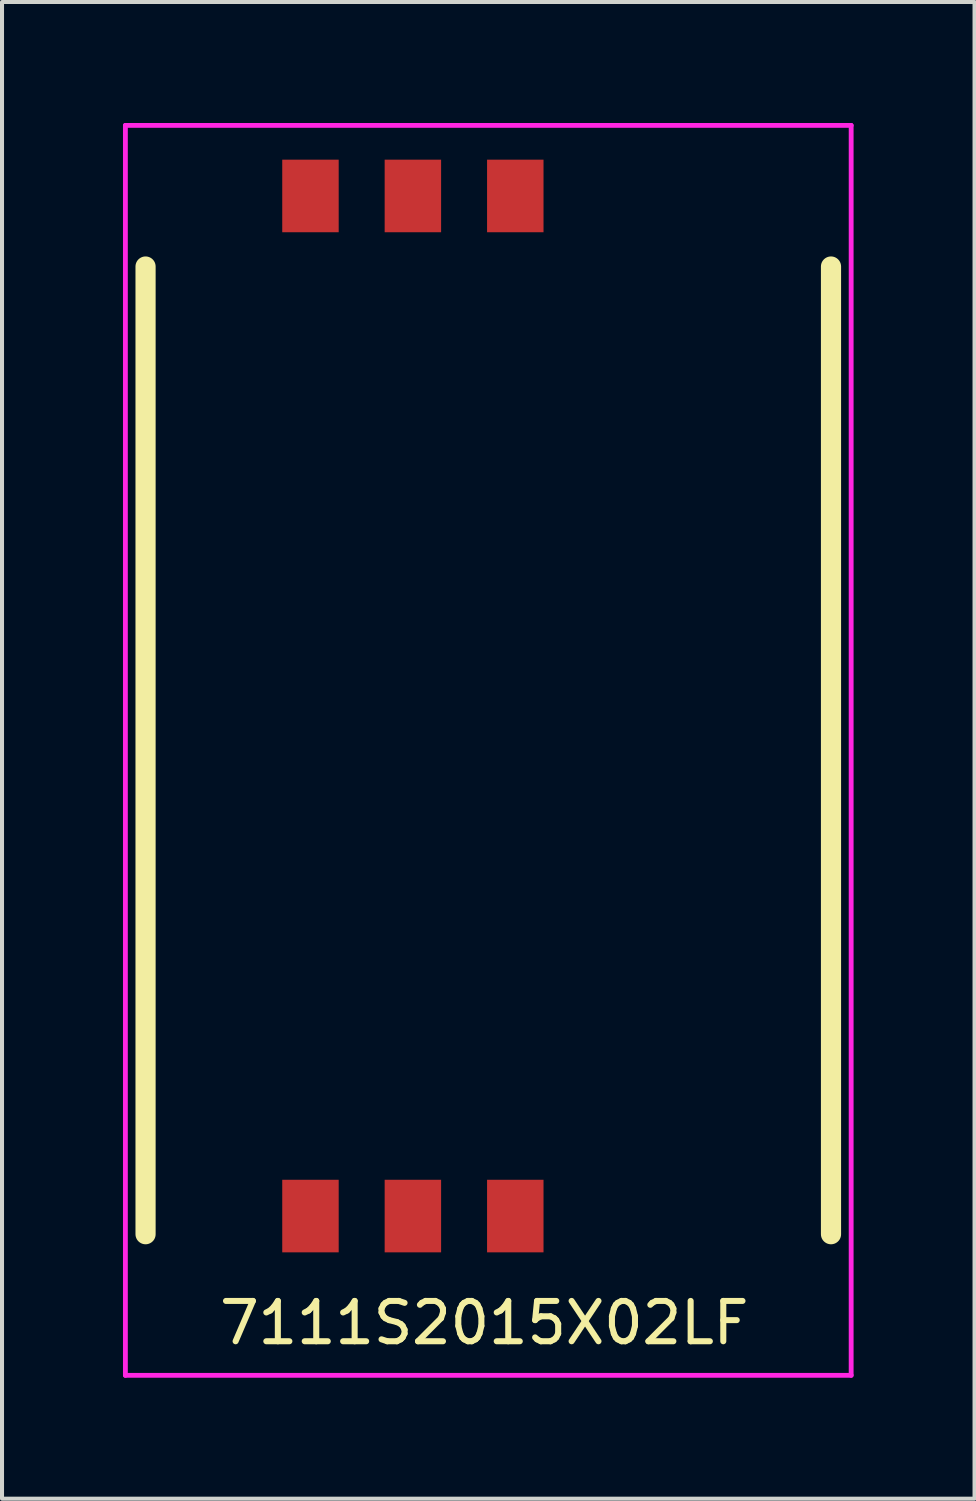
<source format=kicad_pcb>
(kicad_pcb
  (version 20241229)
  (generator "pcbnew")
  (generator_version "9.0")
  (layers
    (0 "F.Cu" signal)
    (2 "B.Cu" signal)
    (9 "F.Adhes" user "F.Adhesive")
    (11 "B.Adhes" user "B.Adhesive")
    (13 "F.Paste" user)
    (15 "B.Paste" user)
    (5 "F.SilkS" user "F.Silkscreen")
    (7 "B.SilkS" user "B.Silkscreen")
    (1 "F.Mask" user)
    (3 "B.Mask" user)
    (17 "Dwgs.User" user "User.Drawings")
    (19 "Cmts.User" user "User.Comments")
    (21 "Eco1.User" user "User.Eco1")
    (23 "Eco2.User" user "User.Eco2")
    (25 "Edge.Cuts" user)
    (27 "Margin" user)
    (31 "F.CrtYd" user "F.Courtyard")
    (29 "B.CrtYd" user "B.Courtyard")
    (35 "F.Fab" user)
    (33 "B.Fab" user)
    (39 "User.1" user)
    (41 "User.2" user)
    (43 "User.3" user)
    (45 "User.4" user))
  (footprint "7111S2015X02LF"
    (layer "F.Cu")
    (at 7.19 15.36)
    (property "Reference" "7111S2015X02LF" (at 1.77 14.4 0) (layer "F.SilkS") (effects (font (size 1 1) (thickness 0.15))))
    (attr through_hole)
    (fp_line (start -6.63 -11.8) (end -6.63 12.2) (stroke (width 0.5) (type solid)) (layer "F.SilkS"))
    (fp_line (start 10.37 -11.8) (end 10.37 12.2) (stroke (width 0.5) (type solid)) (layer "F.SilkS"))
    (fp_line (start -7.13 -15.3) (end 10.87 -15.3) (stroke (width 0.12) (type solid)) (layer "F.CrtYd"))
    (fp_line (start -7.13 15.7) (end -7.13 -15.3) (stroke (width 0.12) (type solid)) (layer "F.CrtYd"))
    (fp_line (start 10.87 -15.3) (end 10.87 15.7) (stroke (width 0.12) (type solid)) (layer "F.CrtYd"))
    (fp_line (start 10.87 15.7) (end -7.13 15.7) (stroke (width 0.12) (type solid)) (layer "F.CrtYd"))
    (pad "1" smd rect (at -2.54 -13.55) (size 1.4 1.8) (layers "F.Cu" "F.Mask" "F.Paste"))
    (pad "2" smd rect (at 0 -13.55) (size 1.4 1.8) (layers "F.Cu" "F.Mask" "F.Paste"))
    (pad "3" smd rect (at 2.54 -13.55) (size 1.4 1.8) (layers "F.Cu" "F.Mask" "F.Paste"))
    (pad "5" smd rect (at -2.54 11.75) (size 1.4 1.8) (layers "F.Cu" "F.Mask" "F.Paste"))
    (pad "6" smd rect (at 0 11.75) (size 1.4 1.8) (layers "F.Cu" "F.Mask" "F.Paste"))
    (pad "7" smd rect (at 2.54 11.75) (size 1.4 1.8) (layers "F.Cu" "F.Mask" "F.Paste")))
  (gr_rect
    (start -3 -3)
    (end 21.12 34.12)
    (stroke (width 0.1) (type default))
    (fill no)
    (layer "Edge.Cuts")))
</source>
